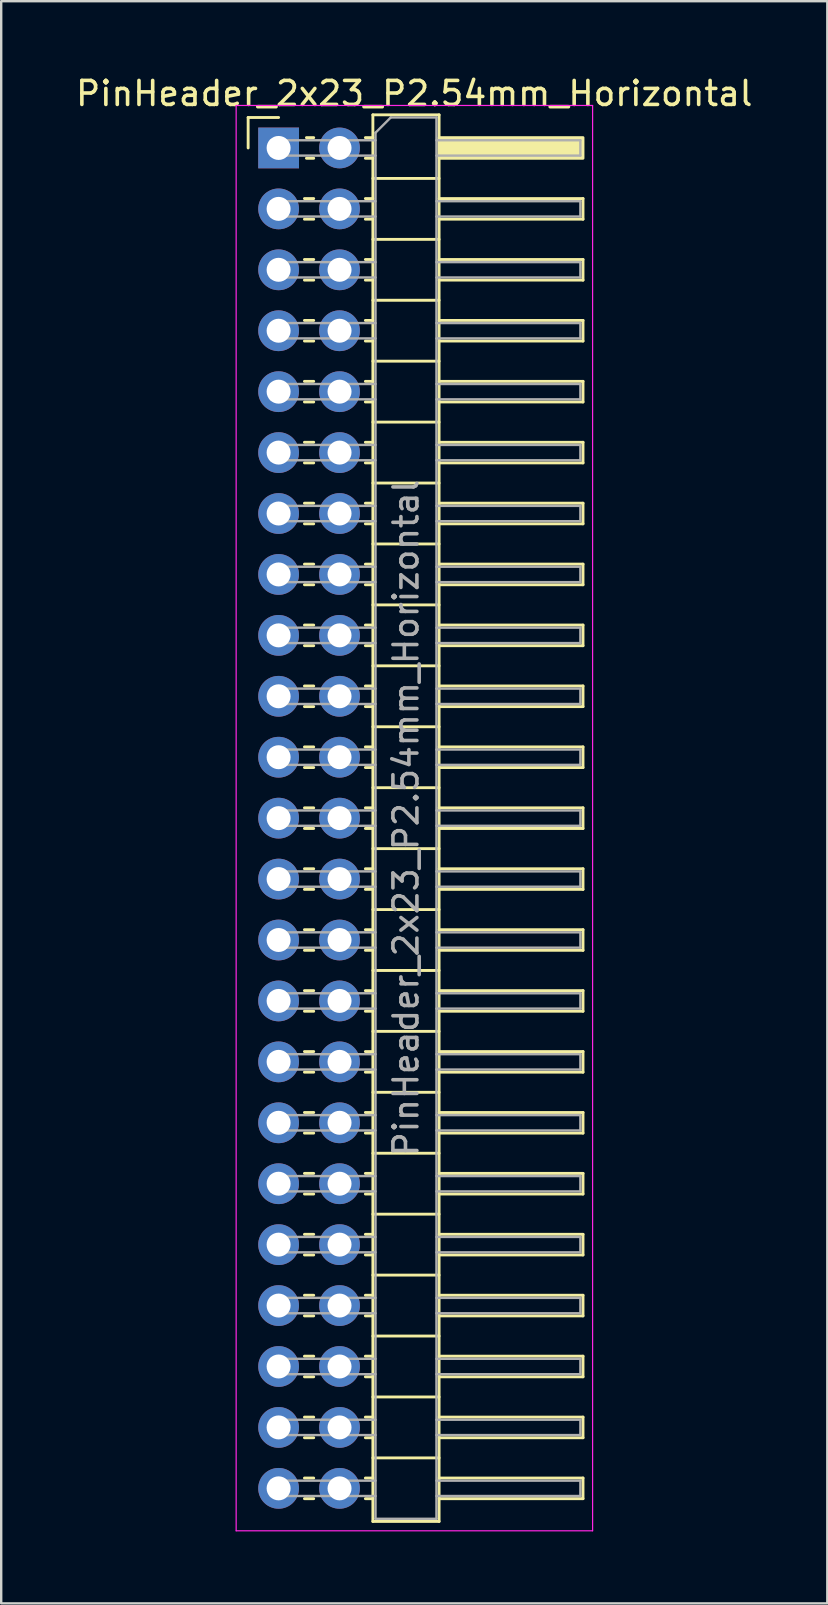
<source format=kicad_pcb>
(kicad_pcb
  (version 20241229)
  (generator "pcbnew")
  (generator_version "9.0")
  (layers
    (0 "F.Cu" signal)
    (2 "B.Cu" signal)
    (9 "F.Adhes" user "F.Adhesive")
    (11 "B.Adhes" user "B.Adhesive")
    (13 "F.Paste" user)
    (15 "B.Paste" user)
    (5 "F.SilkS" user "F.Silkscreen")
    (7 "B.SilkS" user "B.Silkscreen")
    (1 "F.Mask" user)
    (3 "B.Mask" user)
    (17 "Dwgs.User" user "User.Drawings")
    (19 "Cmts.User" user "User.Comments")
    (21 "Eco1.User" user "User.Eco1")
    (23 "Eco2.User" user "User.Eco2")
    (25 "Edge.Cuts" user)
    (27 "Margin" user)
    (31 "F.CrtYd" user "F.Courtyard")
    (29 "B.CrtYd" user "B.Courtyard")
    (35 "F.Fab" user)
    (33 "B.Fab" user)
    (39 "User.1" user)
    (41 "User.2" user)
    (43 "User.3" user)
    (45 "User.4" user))
  (footprint "PinHeader_2x23_P2.54mm_Horizontal"
    (layer "F.Cu")
    (at 8.565 3.118)
    (property "Reference" "PinHeader_2x23_P2.54mm_Horizontal" (at 5.655 -2.27 0) (layer "F.SilkS") (effects (font (size 1 1) (thickness 0.15))))
    (attr through_hole)
    (fp_line (start -1.27 -1.27) (end 0 -1.27) (stroke (width 0.12) (type solid)) (layer "F.SilkS"))
    (fp_line (start -1.27 0) (end -1.27 -1.27) (stroke (width 0.12) (type solid)) (layer "F.SilkS"))
    (fp_line (start 1.077 2.11) (end 1.463 2.11) (stroke (width 0.12) (type solid)) (layer "F.SilkS"))
    (fp_line (start 1.077 2.97) (end 1.463 2.97) (stroke (width 0.12) (type solid)) (layer "F.SilkS"))
    (fp_line (start 1.077 4.65) (end 1.463 4.65) (stroke (width 0.12) (type solid)) (layer "F.SilkS"))
    (fp_line (start 1.077 5.51) (end 1.463 5.51) (stroke (width 0.12) (type solid)) (layer "F.SilkS"))
    (fp_line (start 1.077 7.19) (end 1.463 7.19) (stroke (width 0.12) (type solid)) (layer "F.SilkS"))
    (fp_line (start 1.077 8.05) (end 1.463 8.05) (stroke (width 0.12) (type solid)) (layer "F.SilkS"))
    (fp_line (start 1.077 9.73) (end 1.463 9.73) (stroke (width 0.12) (type solid)) (layer "F.SilkS"))
    (fp_line (start 1.077 10.59) (end 1.463 10.59) (stroke (width 0.12) (type solid)) (layer "F.SilkS"))
    (fp_line (start 1.077 12.27) (end 1.463 12.27) (stroke (width 0.12) (type solid)) (layer "F.SilkS"))
    (fp_line (start 1.077 13.13) (end 1.463 13.13) (stroke (width 0.12) (type solid)) (layer "F.SilkS"))
    (fp_line (start 1.077 14.81) (end 1.463 14.81) (stroke (width 0.12) (type solid)) (layer "F.SilkS"))
    (fp_line (start 1.077 15.67) (end 1.463 15.67) (stroke (width 0.12) (type solid)) (layer "F.SilkS"))
    (fp_line (start 1.077 17.35) (end 1.463 17.35) (stroke (width 0.12) (type solid)) (layer "F.SilkS"))
    (fp_line (start 1.077 18.21) (end 1.463 18.21) (stroke (width 0.12) (type solid)) (layer "F.SilkS"))
    (fp_line (start 1.077 19.89) (end 1.463 19.89) (stroke (width 0.12) (type solid)) (layer "F.SilkS"))
    (fp_line (start 1.077 20.75) (end 1.463 20.75) (stroke (width 0.12) (type solid)) (layer "F.SilkS"))
    (fp_line (start 1.077 22.43) (end 1.463 22.43) (stroke (width 0.12) (type solid)) (layer "F.SilkS"))
    (fp_line (start 1.077 23.29) (end 1.463 23.29) (stroke (width 0.12) (type solid)) (layer "F.SilkS"))
    (fp_line (start 1.077 24.97) (end 1.463 24.97) (stroke (width 0.12) (type solid)) (layer "F.SilkS"))
    (fp_line (start 1.077 25.83) (end 1.463 25.83) (stroke (width 0.12) (type solid)) (layer "F.SilkS"))
    (fp_line (start 1.077 27.51) (end 1.463 27.51) (stroke (width 0.12) (type solid)) (layer "F.SilkS"))
    (fp_line (start 1.077 28.37) (end 1.463 28.37) (stroke (width 0.12) (type solid)) (layer "F.SilkS"))
    (fp_line (start 1.077 30.05) (end 1.463 30.05) (stroke (width 0.12) (type solid)) (layer "F.SilkS"))
    (fp_line (start 1.077 30.91) (end 1.463 30.91) (stroke (width 0.12) (type solid)) (layer "F.SilkS"))
    (fp_line (start 1.077 32.59) (end 1.463 32.59) (stroke (width 0.12) (type solid)) (layer "F.SilkS"))
    (fp_line (start 1.077 33.45) (end 1.463 33.45) (stroke (width 0.12) (type solid)) (layer "F.SilkS"))
    (fp_line (start 1.077 35.13) (end 1.463 35.13) (stroke (width 0.12) (type solid)) (layer "F.SilkS"))
    (fp_line (start 1.077 35.99) (end 1.463 35.99) (stroke (width 0.12) (type solid)) (layer "F.SilkS"))
    (fp_line (start 1.077 37.67) (end 1.463 37.67) (stroke (width 0.12) (type solid)) (layer "F.SilkS"))
    (fp_line (start 1.077 38.53) (end 1.463 38.53) (stroke (width 0.12) (type solid)) (layer "F.SilkS"))
    (fp_line (start 1.077 40.21) (end 1.463 40.21) (stroke (width 0.12) (type solid)) (layer "F.SilkS"))
    (fp_line (start 1.077 41.07) (end 1.463 41.07) (stroke (width 0.12) (type solid)) (layer "F.SilkS"))
    (fp_line (start 1.077 42.75) (end 1.463 42.75) (stroke (width 0.12) (type solid)) (layer "F.SilkS"))
    (fp_line (start 1.077 43.61) (end 1.463 43.61) (stroke (width 0.12) (type solid)) (layer "F.SilkS"))
    (fp_line (start 1.077 45.29) (end 1.463 45.29) (stroke (width 0.12) (type solid)) (layer "F.SilkS"))
    (fp_line (start 1.077 46.15) (end 1.463 46.15) (stroke (width 0.12) (type solid)) (layer "F.SilkS"))
    (fp_line (start 1.077 47.83) (end 1.463 47.83) (stroke (width 0.12) (type solid)) (layer "F.SilkS"))
    (fp_line (start 1.077 48.69) (end 1.463 48.69) (stroke (width 0.12) (type solid)) (layer "F.SilkS"))
    (fp_line (start 1.077 50.37) (end 1.463 50.37) (stroke (width 0.12) (type solid)) (layer "F.SilkS"))
    (fp_line (start 1.077 51.23) (end 1.463 51.23) (stroke (width 0.12) (type solid)) (layer "F.SilkS"))
    (fp_line (start 1.077 52.91) (end 1.463 52.91) (stroke (width 0.12) (type solid)) (layer "F.SilkS"))
    (fp_line (start 1.077 53.77) (end 1.463 53.77) (stroke (width 0.12) (type solid)) (layer "F.SilkS"))
    (fp_line (start 1.077 55.45) (end 1.463 55.45) (stroke (width 0.12) (type solid)) (layer "F.SilkS"))
    (fp_line (start 1.077 56.31) (end 1.463 56.31) (stroke (width 0.12) (type solid)) (layer "F.SilkS"))
    (fp_line (start 1.16 -0.43) (end 1.463 -0.43) (stroke (width 0.12) (type solid)) (layer "F.SilkS"))
    (fp_line (start 1.16 0.43) (end 1.463 0.43) (stroke (width 0.12) (type solid)) (layer "F.SilkS"))
    (fp_line (start 3.617 -0.43) (end 3.93 -0.43) (stroke (width 0.12) (type solid)) (layer "F.SilkS"))
    (fp_line (start 3.617 0.43) (end 3.93 0.43) (stroke (width 0.12) (type solid)) (layer "F.SilkS"))
    (fp_line (start 3.617 2.11) (end 3.93 2.11) (stroke (width 0.12) (type solid)) (layer "F.SilkS"))
    (fp_line (start 3.617 2.97) (end 3.93 2.97) (stroke (width 0.12) (type solid)) (layer "F.SilkS"))
    (fp_line (start 3.617 4.65) (end 3.93 4.65) (stroke (width 0.12) (type solid)) (layer "F.SilkS"))
    (fp_line (start 3.617 5.51) (end 3.93 5.51) (stroke (width 0.12) (type solid)) (layer "F.SilkS"))
    (fp_line (start 3.617 7.19) (end 3.93 7.19) (stroke (width 0.12) (type solid)) (layer "F.SilkS"))
    (fp_line (start 3.617 8.05) (end 3.93 8.05) (stroke (width 0.12) (type solid)) (layer "F.SilkS"))
    (fp_line (start 3.617 9.73) (end 3.93 9.73) (stroke (width 0.12) (type solid)) (layer "F.SilkS"))
    (fp_line (start 3.617 10.59) (end 3.93 10.59) (stroke (width 0.12) (type solid)) (layer "F.SilkS"))
    (fp_line (start 3.617 12.27) (end 3.93 12.27) (stroke (width 0.12) (type solid)) (layer "F.SilkS"))
    (fp_line (start 3.617 13.13) (end 3.93 13.13) (stroke (width 0.12) (type solid)) (layer "F.SilkS"))
    (fp_line (start 3.617 14.81) (end 3.93 14.81) (stroke (width 0.12) (type solid)) (layer "F.SilkS"))
    (fp_line (start 3.617 15.67) (end 3.93 15.67) (stroke (width 0.12) (type solid)) (layer "F.SilkS"))
    (fp_line (start 3.617 17.35) (end 3.93 17.35) (stroke (width 0.12) (type solid)) (layer "F.SilkS"))
    (fp_line (start 3.617 18.21) (end 3.93 18.21) (stroke (width 0.12) (type solid)) (layer "F.SilkS"))
    (fp_line (start 3.617 19.89) (end 3.93 19.89) (stroke (width 0.12) (type solid)) (layer "F.SilkS"))
    (fp_line (start 3.617 20.75) (end 3.93 20.75) (stroke (width 0.12) (type solid)) (layer "F.SilkS"))
    (fp_line (start 3.617 22.43) (end 3.93 22.43) (stroke (width 0.12) (type solid)) (layer "F.SilkS"))
    (fp_line (start 3.617 23.29) (end 3.93 23.29) (stroke (width 0.12) (type solid)) (layer "F.SilkS"))
    (fp_line (start 3.617 24.97) (end 3.93 24.97) (stroke (width 0.12) (type solid)) (layer "F.SilkS"))
    (fp_line (start 3.617 25.83) (end 3.93 25.83) (stroke (width 0.12) (type solid)) (layer "F.SilkS"))
    (fp_line (start 3.617 27.51) (end 3.93 27.51) (stroke (width 0.12) (type solid)) (layer "F.SilkS"))
    (fp_line (start 3.617 28.37) (end 3.93 28.37) (stroke (width 0.12) (type solid)) (layer "F.SilkS"))
    (fp_line (start 3.617 30.05) (end 3.93 30.05) (stroke (width 0.12) (type solid)) (layer "F.SilkS"))
    (fp_line (start 3.617 30.91) (end 3.93 30.91) (stroke (width 0.12) (type solid)) (layer "F.SilkS"))
    (fp_line (start 3.617 32.59) (end 3.93 32.59) (stroke (width 0.12) (type solid)) (layer "F.SilkS"))
    (fp_line (start 3.617 33.45) (end 3.93 33.45) (stroke (width 0.12) (type solid)) (layer "F.SilkS"))
    (fp_line (start 3.617 35.13) (end 3.93 35.13) (stroke (width 0.12) (type solid)) (layer "F.SilkS"))
    (fp_line (start 3.617 35.99) (end 3.93 35.99) (stroke (width 0.12) (type solid)) (layer "F.SilkS"))
    (fp_line (start 3.617 37.67) (end 3.93 37.67) (stroke (width 0.12) (type solid)) (layer "F.SilkS"))
    (fp_line (start 3.617 38.53) (end 3.93 38.53) (stroke (width 0.12) (type solid)) (layer "F.SilkS"))
    (fp_line (start 3.617 40.21) (end 3.93 40.21) (stroke (width 0.12) (type solid)) (layer "F.SilkS"))
    (fp_line (start 3.617 41.07) (end 3.93 41.07) (stroke (width 0.12) (type solid)) (layer "F.SilkS"))
    (fp_line (start 3.617 42.75) (end 3.93 42.75) (stroke (width 0.12) (type solid)) (layer "F.SilkS"))
    (fp_line (start 3.617 43.61) (end 3.93 43.61) (stroke (width 0.12) (type solid)) (layer "F.SilkS"))
    (fp_line (start 3.617 45.29) (end 3.93 45.29) (stroke (width 0.12) (type solid)) (layer "F.SilkS"))
    (fp_line (start 3.617 46.15) (end 3.93 46.15) (stroke (width 0.12) (type solid)) (layer "F.SilkS"))
    (fp_line (start 3.617 47.83) (end 3.93 47.83) (stroke (width 0.12) (type solid)) (layer "F.SilkS"))
    (fp_line (start 3.617 48.69) (end 3.93 48.69) (stroke (width 0.12) (type solid)) (layer "F.SilkS"))
    (fp_line (start 3.617 50.37) (end 3.93 50.37) (stroke (width 0.12) (type solid)) (layer "F.SilkS"))
    (fp_line (start 3.617 51.23) (end 3.93 51.23) (stroke (width 0.12) (type solid)) (layer "F.SilkS"))
    (fp_line (start 3.617 52.91) (end 3.93 52.91) (stroke (width 0.12) (type solid)) (layer "F.SilkS"))
    (fp_line (start 3.617 53.77) (end 3.93 53.77) (stroke (width 0.12) (type solid)) (layer "F.SilkS"))
    (fp_line (start 3.617 55.45) (end 3.93 55.45) (stroke (width 0.12) (type solid)) (layer "F.SilkS"))
    (fp_line (start 3.617 56.31) (end 3.93 56.31) (stroke (width 0.12) (type solid)) (layer "F.SilkS"))
    (fp_line (start 3.93 -1.38) (end 3.93 57.26) (stroke (width 0.12) (type solid)) (layer "F.SilkS"))
    (fp_line (start 3.93 1.27) (end 6.69 1.27) (stroke (width 0.12) (type solid)) (layer "F.SilkS"))
    (fp_line (start 3.93 3.81) (end 6.69 3.81) (stroke (width 0.12) (type solid)) (layer "F.SilkS"))
    (fp_line (start 3.93 6.35) (end 6.69 6.35) (stroke (width 0.12) (type solid)) (layer "F.SilkS"))
    (fp_line (start 3.93 8.89) (end 6.69 8.89) (stroke (width 0.12) (type solid)) (layer "F.SilkS"))
    (fp_line (start 3.93 11.43) (end 6.69 11.43) (stroke (width 0.12) (type solid)) (layer "F.SilkS"))
    (fp_line (start 3.93 13.97) (end 6.69 13.97) (stroke (width 0.12) (type solid)) (layer "F.SilkS"))
    (fp_line (start 3.93 16.51) (end 6.69 16.51) (stroke (width 0.12) (type solid)) (layer "F.SilkS"))
    (fp_line (start 3.93 19.05) (end 6.69 19.05) (stroke (width 0.12) (type solid)) (layer "F.SilkS"))
    (fp_line (start 3.93 21.59) (end 6.69 21.59) (stroke (width 0.12) (type solid)) (layer "F.SilkS"))
    (fp_line (start 3.93 24.13) (end 6.69 24.13) (stroke (width 0.12) (type solid)) (layer "F.SilkS"))
    (fp_line (start 3.93 26.67) (end 6.69 26.67) (stroke (width 0.12) (type solid)) (layer "F.SilkS"))
    (fp_line (start 3.93 29.21) (end 6.69 29.21) (stroke (width 0.12) (type solid)) (layer "F.SilkS"))
    (fp_line (start 3.93 31.75) (end 6.69 31.75) (stroke (width 0.12) (type solid)) (layer "F.SilkS"))
    (fp_line (start 3.93 34.29) (end 6.69 34.29) (stroke (width 0.12) (type solid)) (layer "F.SilkS"))
    (fp_line (start 3.93 36.83) (end 6.69 36.83) (stroke (width 0.12) (type solid)) (layer "F.SilkS"))
    (fp_line (start 3.93 39.37) (end 6.69 39.37) (stroke (width 0.12) (type solid)) (layer "F.SilkS"))
    (fp_line (start 3.93 41.91) (end 6.69 41.91) (stroke (width 0.12) (type solid)) (layer "F.SilkS"))
    (fp_line (start 3.93 44.45) (end 6.69 44.45) (stroke (width 0.12) (type solid)) (layer "F.SilkS"))
    (fp_line (start 3.93 46.99) (end 6.69 46.99) (stroke (width 0.12) (type solid)) (layer "F.SilkS"))
    (fp_line (start 3.93 49.53) (end 6.69 49.53) (stroke (width 0.12) (type solid)) (layer "F.SilkS"))
    (fp_line (start 3.93 52.07) (end 6.69 52.07) (stroke (width 0.12) (type solid)) (layer "F.SilkS"))
    (fp_line (start 3.93 54.61) (end 6.69 54.61) (stroke (width 0.12) (type solid)) (layer "F.SilkS"))
    (fp_line (start 3.93 57.26) (end 6.69 57.26) (stroke (width 0.12) (type solid)) (layer "F.SilkS"))
    (fp_line (start 6.69 -1.38) (end 3.93 -1.38) (stroke (width 0.12) (type solid)) (layer "F.SilkS"))
    (fp_line (start 6.69 2.11) (end 12.69 2.11) (stroke (width 0.12) (type solid)) (layer "F.SilkS"))
    (fp_line (start 6.69 4.65) (end 12.69 4.65) (stroke (width 0.12) (type solid)) (layer "F.SilkS"))
    (fp_line (start 6.69 7.19) (end 12.69 7.19) (stroke (width 0.12) (type solid)) (layer "F.SilkS"))
    (fp_line (start 6.69 9.73) (end 12.69 9.73) (stroke (width 0.12) (type solid)) (layer "F.SilkS"))
    (fp_line (start 6.69 12.27) (end 12.69 12.27) (stroke (width 0.12) (type solid)) (layer "F.SilkS"))
    (fp_line (start 6.69 14.81) (end 12.69 14.81) (stroke (width 0.12) (type solid)) (layer "F.SilkS"))
    (fp_line (start 6.69 17.35) (end 12.69 17.35) (stroke (width 0.12) (type solid)) (layer "F.SilkS"))
    (fp_line (start 6.69 19.89) (end 12.69 19.89) (stroke (width 0.12) (type solid)) (layer "F.SilkS"))
    (fp_line (start 6.69 22.43) (end 12.69 22.43) (stroke (width 0.12) (type solid)) (layer "F.SilkS"))
    (fp_line (start 6.69 24.97) (end 12.69 24.97) (stroke (width 0.12) (type solid)) (layer "F.SilkS"))
    (fp_line (start 6.69 27.51) (end 12.69 27.51) (stroke (width 0.12) (type solid)) (layer "F.SilkS"))
    (fp_line (start 6.69 30.05) (end 12.69 30.05) (stroke (width 0.12) (type solid)) (layer "F.SilkS"))
    (fp_line (start 6.69 32.59) (end 12.69 32.59) (stroke (width 0.12) (type solid)) (layer "F.SilkS"))
    (fp_line (start 6.69 35.13) (end 12.69 35.13) (stroke (width 0.12) (type solid)) (layer "F.SilkS"))
    (fp_line (start 6.69 37.67) (end 12.69 37.67) (stroke (width 0.12) (type solid)) (layer "F.SilkS"))
    (fp_line (start 6.69 40.21) (end 12.69 40.21) (stroke (width 0.12) (type solid)) (layer "F.SilkS"))
    (fp_line (start 6.69 42.75) (end 12.69 42.75) (stroke (width 0.12) (type solid)) (layer "F.SilkS"))
    (fp_line (start 6.69 45.29) (end 12.69 45.29) (stroke (width 0.12) (type solid)) (layer "F.SilkS"))
    (fp_line (start 6.69 47.83) (end 12.69 47.83) (stroke (width 0.12) (type solid)) (layer "F.SilkS"))
    (fp_line (start 6.69 50.37) (end 12.69 50.37) (stroke (width 0.12) (type solid)) (layer "F.SilkS"))
    (fp_line (start 6.69 52.91) (end 12.69 52.91) (stroke (width 0.12) (type solid)) (layer "F.SilkS"))
    (fp_line (start 6.69 55.45) (end 12.69 55.45) (stroke (width 0.12) (type solid)) (layer "F.SilkS"))
    (fp_line (start 6.69 57.26) (end 6.69 -1.38) (stroke (width 0.12) (type solid)) (layer "F.SilkS"))
    (fp_line (start 12.69 2.11) (end 12.69 2.97) (stroke (width 0.12) (type solid)) (layer "F.SilkS"))
    (fp_line (start 12.69 2.97) (end 6.69 2.97) (stroke (width 0.12) (type solid)) (layer "F.SilkS"))
    (fp_line (start 12.69 4.65) (end 12.69 5.51) (stroke (width 0.12) (type solid)) (layer "F.SilkS"))
    (fp_line (start 12.69 5.51) (end 6.69 5.51) (stroke (width 0.12) (type solid)) (layer "F.SilkS"))
    (fp_line (start 12.69 7.19) (end 12.69 8.05) (stroke (width 0.12) (type solid)) (layer "F.SilkS"))
    (fp_line (start 12.69 8.05) (end 6.69 8.05) (stroke (width 0.12) (type solid)) (layer "F.SilkS"))
    (fp_line (start 12.69 9.73) (end 12.69 10.59) (stroke (width 0.12) (type solid)) (layer "F.SilkS"))
    (fp_line (start 12.69 10.59) (end 6.69 10.59) (stroke (width 0.12) (type solid)) (layer "F.SilkS"))
    (fp_line (start 12.69 12.27) (end 12.69 13.13) (stroke (width 0.12) (type solid)) (layer "F.SilkS"))
    (fp_line (start 12.69 13.13) (end 6.69 13.13) (stroke (width 0.12) (type solid)) (layer "F.SilkS"))
    (fp_line (start 12.69 14.81) (end 12.69 15.67) (stroke (width 0.12) (type solid)) (layer "F.SilkS"))
    (fp_line (start 12.69 15.67) (end 6.69 15.67) (stroke (width 0.12) (type solid)) (layer "F.SilkS"))
    (fp_line (start 12.69 17.35) (end 12.69 18.21) (stroke (width 0.12) (type solid)) (layer "F.SilkS"))
    (fp_line (start 12.69 18.21) (end 6.69 18.21) (stroke (width 0.12) (type solid)) (layer "F.SilkS"))
    (fp_line (start 12.69 19.89) (end 12.69 20.75) (stroke (width 0.12) (type solid)) (layer "F.SilkS"))
    (fp_line (start 12.69 20.75) (end 6.69 20.75) (stroke (width 0.12) (type solid)) (layer "F.SilkS"))
    (fp_line (start 12.69 22.43) (end 12.69 23.29) (stroke (width 0.12) (type solid)) (layer "F.SilkS"))
    (fp_line (start 12.69 23.29) (end 6.69 23.29) (stroke (width 0.12) (type solid)) (layer "F.SilkS"))
    (fp_line (start 12.69 24.97) (end 12.69 25.83) (stroke (width 0.12) (type solid)) (layer "F.SilkS"))
    (fp_line (start 12.69 25.83) (end 6.69 25.83) (stroke (width 0.12) (type solid)) (layer "F.SilkS"))
    (fp_line (start 12.69 27.51) (end 12.69 28.37) (stroke (width 0.12) (type solid)) (layer "F.SilkS"))
    (fp_line (start 12.69 28.37) (end 6.69 28.37) (stroke (width 0.12) (type solid)) (layer "F.SilkS"))
    (fp_line (start 12.69 30.05) (end 12.69 30.91) (stroke (width 0.12) (type solid)) (layer "F.SilkS"))
    (fp_line (start 12.69 30.91) (end 6.69 30.91) (stroke (width 0.12) (type solid)) (layer "F.SilkS"))
    (fp_line (start 12.69 32.59) (end 12.69 33.45) (stroke (width 0.12) (type solid)) (layer "F.SilkS"))
    (fp_line (start 12.69 33.45) (end 6.69 33.45) (stroke (width 0.12) (type solid)) (layer "F.SilkS"))
    (fp_line (start 12.69 35.13) (end 12.69 35.99) (stroke (width 0.12) (type solid)) (layer "F.SilkS"))
    (fp_line (start 12.69 35.99) (end 6.69 35.99) (stroke (width 0.12) (type solid)) (layer "F.SilkS"))
    (fp_line (start 12.69 37.67) (end 12.69 38.53) (stroke (width 0.12) (type solid)) (layer "F.SilkS"))
    (fp_line (start 12.69 38.53) (end 6.69 38.53) (stroke (width 0.12) (type solid)) (layer "F.SilkS"))
    (fp_line (start 12.69 40.21) (end 12.69 41.07) (stroke (width 0.12) (type solid)) (layer "F.SilkS"))
    (fp_line (start 12.69 41.07) (end 6.69 41.07) (stroke (width 0.12) (type solid)) (layer "F.SilkS"))
    (fp_line (start 12.69 42.75) (end 12.69 43.61) (stroke (width 0.12) (type solid)) (layer "F.SilkS"))
    (fp_line (start 12.69 43.61) (end 6.69 43.61) (stroke (width 0.12) (type solid)) (layer "F.SilkS"))
    (fp_line (start 12.69 45.29) (end 12.69 46.15) (stroke (width 0.12) (type solid)) (layer "F.SilkS"))
    (fp_line (start 12.69 46.15) (end 6.69 46.15) (stroke (width 0.12) (type solid)) (layer "F.SilkS"))
    (fp_line (start 12.69 47.83) (end 12.69 48.69) (stroke (width 0.12) (type solid)) (layer "F.SilkS"))
    (fp_line (start 12.69 48.69) (end 6.69 48.69) (stroke (width 0.12) (type solid)) (layer "F.SilkS"))
    (fp_line (start 12.69 50.37) (end 12.69 51.23) (stroke (width 0.12) (type solid)) (layer "F.SilkS"))
    (fp_line (start 12.69 51.23) (end 6.69 51.23) (stroke (width 0.12) (type solid)) (layer "F.SilkS"))
    (fp_line (start 12.69 52.91) (end 12.69 53.77) (stroke (width 0.12) (type solid)) (layer "F.SilkS"))
    (fp_line (start 12.69 53.77) (end 6.69 53.77) (stroke (width 0.12) (type solid)) (layer "F.SilkS"))
    (fp_line (start 12.69 55.45) (end 12.69 56.31) (stroke (width 0.12) (type solid)) (layer "F.SilkS"))
    (fp_line (start 12.69 56.31) (end 6.69 56.31) (stroke (width 0.12) (type solid)) (layer "F.SilkS"))
    (fp_rect (start 6.69 -0.43) (end 12.69 0.43) (stroke (width 0.12) (type solid)) (fill yes) (layer "F.SilkS"))
    (fp_line (start -1.77 -1.77) (end -1.77 57.65) (stroke (width 0.05) (type solid)) (layer "F.CrtYd"))
    (fp_line (start -1.77 57.65) (end 13.09 57.65) (stroke (width 0.05) (type solid)) (layer "F.CrtYd"))
    (fp_line (start 13.09 -1.77) (end -1.77 -1.77) (stroke (width 0.05) (type solid)) (layer "F.CrtYd"))
    (fp_line (start 13.09 57.65) (end 13.09 -1.77) (stroke (width 0.05) (type solid)) (layer "F.CrtYd"))
    (fp_line (start -0.32 -0.32) (end -0.32 0.32) (stroke (width 0.1) (type solid)) (layer "F.Fab"))
    (fp_line (start -0.32 -0.32) (end 4.04 -0.32) (stroke (width 0.1) (type solid)) (layer "F.Fab"))
    (fp_line (start -0.32 0.32) (end 4.04 0.32) (stroke (width 0.1) (type solid)) (layer "F.Fab"))
    (fp_line (start -0.32 2.22) (end -0.32 2.86) (stroke (width 0.1) (type solid)) (layer "F.Fab"))
    (fp_line (start -0.32 2.22) (end 4.04 2.22) (stroke (width 0.1) (type solid)) (layer "F.Fab"))
    (fp_line (start -0.32 2.86) (end 4.04 2.86) (stroke (width 0.1) (type solid)) (layer "F.Fab"))
    (fp_line (start -0.32 4.76) (end -0.32 5.4) (stroke (width 0.1) (type solid)) (layer "F.Fab"))
    (fp_line (start -0.32 4.76) (end 4.04 4.76) (stroke (width 0.1) (type solid)) (layer "F.Fab"))
    (fp_line (start -0.32 5.4) (end 4.04 5.4) (stroke (width 0.1) (type solid)) (layer "F.Fab"))
    (fp_line (start -0.32 7.3) (end -0.32 7.94) (stroke (width 0.1) (type solid)) (layer "F.Fab"))
    (fp_line (start -0.32 7.3) (end 4.04 7.3) (stroke (width 0.1) (type solid)) (layer "F.Fab"))
    (fp_line (start -0.32 7.94) (end 4.04 7.94) (stroke (width 0.1) (type solid)) (layer "F.Fab"))
    (fp_line (start -0.32 9.84) (end -0.32 10.48) (stroke (width 0.1) (type solid)) (layer "F.Fab"))
    (fp_line (start -0.32 9.84) (end 4.04 9.84) (stroke (width 0.1) (type solid)) (layer "F.Fab"))
    (fp_line (start -0.32 10.48) (end 4.04 10.48) (stroke (width 0.1) (type solid)) (layer "F.Fab"))
    (fp_line (start -0.32 12.38) (end -0.32 13.02) (stroke (width 0.1) (type solid)) (layer "F.Fab"))
    (fp_line (start -0.32 12.38) (end 4.04 12.38) (stroke (width 0.1) (type solid)) (layer "F.Fab"))
    (fp_line (start -0.32 13.02) (end 4.04 13.02) (stroke (width 0.1) (type solid)) (layer "F.Fab"))
    (fp_line (start -0.32 14.92) (end -0.32 15.56) (stroke (width 0.1) (type solid)) (layer "F.Fab"))
    (fp_line (start -0.32 14.92) (end 4.04 14.92) (stroke (width 0.1) (type solid)) (layer "F.Fab"))
    (fp_line (start -0.32 15.56) (end 4.04 15.56) (stroke (width 0.1) (type solid)) (layer "F.Fab"))
    (fp_line (start -0.32 17.46) (end -0.32 18.1) (stroke (width 0.1) (type solid)) (layer "F.Fab"))
    (fp_line (start -0.32 17.46) (end 4.04 17.46) (stroke (width 0.1) (type solid)) (layer "F.Fab"))
    (fp_line (start -0.32 18.1) (end 4.04 18.1) (stroke (width 0.1) (type solid)) (layer "F.Fab"))
    (fp_line (start -0.32 20) (end -0.32 20.64) (stroke (width 0.1) (type solid)) (layer "F.Fab"))
    (fp_line (start -0.32 20) (end 4.04 20) (stroke (width 0.1) (type solid)) (layer "F.Fab"))
    (fp_line (start -0.32 20.64) (end 4.04 20.64) (stroke (width 0.1) (type solid)) (layer "F.Fab"))
    (fp_line (start -0.32 22.54) (end -0.32 23.18) (stroke (width 0.1) (type solid)) (layer "F.Fab"))
    (fp_line (start -0.32 22.54) (end 4.04 22.54) (stroke (width 0.1) (type solid)) (layer "F.Fab"))
    (fp_line (start -0.32 23.18) (end 4.04 23.18) (stroke (width 0.1) (type solid)) (layer "F.Fab"))
    (fp_line (start -0.32 25.08) (end -0.32 25.72) (stroke (width 0.1) (type solid)) (layer "F.Fab"))
    (fp_line (start -0.32 25.08) (end 4.04 25.08) (stroke (width 0.1) (type solid)) (layer "F.Fab"))
    (fp_line (start -0.32 25.72) (end 4.04 25.72) (stroke (width 0.1) (type solid)) (layer "F.Fab"))
    (fp_line (start -0.32 27.62) (end -0.32 28.26) (stroke (width 0.1) (type solid)) (layer "F.Fab"))
    (fp_line (start -0.32 27.62) (end 4.04 27.62) (stroke (width 0.1) (type solid)) (layer "F.Fab"))
    (fp_line (start -0.32 28.26) (end 4.04 28.26) (stroke (width 0.1) (type solid)) (layer "F.Fab"))
    (fp_line (start -0.32 30.16) (end -0.32 30.8) (stroke (width 0.1) (type solid)) (layer "F.Fab"))
    (fp_line (start -0.32 30.16) (end 4.04 30.16) (stroke (width 0.1) (type solid)) (layer "F.Fab"))
    (fp_line (start -0.32 30.8) (end 4.04 30.8) (stroke (width 0.1) (type solid)) (layer "F.Fab"))
    (fp_line (start -0.32 32.7) (end -0.32 33.34) (stroke (width 0.1) (type solid)) (layer "F.Fab"))
    (fp_line (start -0.32 32.7) (end 4.04 32.7) (stroke (width 0.1) (type solid)) (layer "F.Fab"))
    (fp_line (start -0.32 33.34) (end 4.04 33.34) (stroke (width 0.1) (type solid)) (layer "F.Fab"))
    (fp_line (start -0.32 35.24) (end -0.32 35.88) (stroke (width 0.1) (type solid)) (layer "F.Fab"))
    (fp_line (start -0.32 35.24) (end 4.04 35.24) (stroke (width 0.1) (type solid)) (layer "F.Fab"))
    (fp_line (start -0.32 35.88) (end 4.04 35.88) (stroke (width 0.1) (type solid)) (layer "F.Fab"))
    (fp_line (start -0.32 37.78) (end -0.32 38.42) (stroke (width 0.1) (type solid)) (layer "F.Fab"))
    (fp_line (start -0.32 37.78) (end 4.04 37.78) (stroke (width 0.1) (type solid)) (layer "F.Fab"))
    (fp_line (start -0.32 38.42) (end 4.04 38.42) (stroke (width 0.1) (type solid)) (layer "F.Fab"))
    (fp_line (start -0.32 40.32) (end -0.32 40.96) (stroke (width 0.1) (type solid)) (layer "F.Fab"))
    (fp_line (start -0.32 40.32) (end 4.04 40.32) (stroke (width 0.1) (type solid)) (layer "F.Fab"))
    (fp_line (start -0.32 40.96) (end 4.04 40.96) (stroke (width 0.1) (type solid)) (layer "F.Fab"))
    (fp_line (start -0.32 42.86) (end -0.32 43.5) (stroke (width 0.1) (type solid)) (layer "F.Fab"))
    (fp_line (start -0.32 42.86) (end 4.04 42.86) (stroke (width 0.1) (type solid)) (layer "F.Fab"))
    (fp_line (start -0.32 43.5) (end 4.04 43.5) (stroke (width 0.1) (type solid)) (layer "F.Fab"))
    (fp_line (start -0.32 45.4) (end -0.32 46.04) (stroke (width 0.1) (type solid)) (layer "F.Fab"))
    (fp_line (start -0.32 45.4) (end 4.04 45.4) (stroke (width 0.1) (type solid)) (layer "F.Fab"))
    (fp_line (start -0.32 46.04) (end 4.04 46.04) (stroke (width 0.1) (type solid)) (layer "F.Fab"))
    (fp_line (start -0.32 47.94) (end -0.32 48.58) (stroke (width 0.1) (type solid)) (layer "F.Fab"))
    (fp_line (start -0.32 47.94) (end 4.04 47.94) (stroke (width 0.1) (type solid)) (layer "F.Fab"))
    (fp_line (start -0.32 48.58) (end 4.04 48.58) (stroke (width 0.1) (type solid)) (layer "F.Fab"))
    (fp_line (start -0.32 50.48) (end -0.32 51.12) (stroke (width 0.1) (type solid)) (layer "F.Fab"))
    (fp_line (start -0.32 50.48) (end 4.04 50.48) (stroke (width 0.1) (type solid)) (layer "F.Fab"))
    (fp_line (start -0.32 51.12) (end 4.04 51.12) (stroke (width 0.1) (type solid)) (layer "F.Fab"))
    (fp_line (start -0.32 53.02) (end -0.32 53.66) (stroke (width 0.1) (type solid)) (layer "F.Fab"))
    (fp_line (start -0.32 53.02) (end 4.04 53.02) (stroke (width 0.1) (type solid)) (layer "F.Fab"))
    (fp_line (start -0.32 53.66) (end 4.04 53.66) (stroke (width 0.1) (type solid)) (layer "F.Fab"))
    (fp_line (start -0.32 55.56) (end -0.32 56.2) (stroke (width 0.1) (type solid)) (layer "F.Fab"))
    (fp_line (start -0.32 55.56) (end 4.04 55.56) (stroke (width 0.1) (type solid)) (layer "F.Fab"))
    (fp_line (start -0.32 56.2) (end 4.04 56.2) (stroke (width 0.1) (type solid)) (layer "F.Fab"))
    (fp_line (start 4.04 -0.635) (end 4.675 -1.27) (stroke (width 0.1) (type solid)) (layer "F.Fab"))
    (fp_line (start 4.04 57.15) (end 4.04 -0.635) (stroke (width 0.1) (type solid)) (layer "F.Fab"))
    (fp_line (start 4.675 -1.27) (end 6.58 -1.27) (stroke (width 0.1) (type solid)) (layer "F.Fab"))
    (fp_line (start 6.58 -1.27) (end 6.58 57.15) (stroke (width 0.1) (type solid)) (layer "F.Fab"))
    (fp_line (start 6.58 -0.32) (end 12.58 -0.32) (stroke (width 0.1) (type solid)) (layer "F.Fab"))
    (fp_line (start 6.58 0.32) (end 12.58 0.32) (stroke (width 0.1) (type solid)) (layer "F.Fab"))
    (fp_line (start 6.58 2.22) (end 12.58 2.22) (stroke (width 0.1) (type solid)) (layer "F.Fab"))
    (fp_line (start 6.58 2.86) (end 12.58 2.86) (stroke (width 0.1) (type solid)) (layer "F.Fab"))
    (fp_line (start 6.58 4.76) (end 12.58 4.76) (stroke (width 0.1) (type solid)) (layer "F.Fab"))
    (fp_line (start 6.58 5.4) (end 12.58 5.4) (stroke (width 0.1) (type solid)) (layer "F.Fab"))
    (fp_line (start 6.58 7.3) (end 12.58 7.3) (stroke (width 0.1) (type solid)) (layer "F.Fab"))
    (fp_line (start 6.58 7.94) (end 12.58 7.94) (stroke (width 0.1) (type solid)) (layer "F.Fab"))
    (fp_line (start 6.58 9.84) (end 12.58 9.84) (stroke (width 0.1) (type solid)) (layer "F.Fab"))
    (fp_line (start 6.58 10.48) (end 12.58 10.48) (stroke (width 0.1) (type solid)) (layer "F.Fab"))
    (fp_line (start 6.58 12.38) (end 12.58 12.38) (stroke (width 0.1) (type solid)) (layer "F.Fab"))
    (fp_line (start 6.58 13.02) (end 12.58 13.02) (stroke (width 0.1) (type solid)) (layer "F.Fab"))
    (fp_line (start 6.58 14.92) (end 12.58 14.92) (stroke (width 0.1) (type solid)) (layer "F.Fab"))
    (fp_line (start 6.58 15.56) (end 12.58 15.56) (stroke (width 0.1) (type solid)) (layer "F.Fab"))
    (fp_line (start 6.58 17.46) (end 12.58 17.46) (stroke (width 0.1) (type solid)) (layer "F.Fab"))
    (fp_line (start 6.58 18.1) (end 12.58 18.1) (stroke (width 0.1) (type solid)) (layer "F.Fab"))
    (fp_line (start 6.58 20) (end 12.58 20) (stroke (width 0.1) (type solid)) (layer "F.Fab"))
    (fp_line (start 6.58 20.64) (end 12.58 20.64) (stroke (width 0.1) (type solid)) (layer "F.Fab"))
    (fp_line (start 6.58 22.54) (end 12.58 22.54) (stroke (width 0.1) (type solid)) (layer "F.Fab"))
    (fp_line (start 6.58 23.18) (end 12.58 23.18) (stroke (width 0.1) (type solid)) (layer "F.Fab"))
    (fp_line (start 6.58 25.08) (end 12.58 25.08) (stroke (width 0.1) (type solid)) (layer "F.Fab"))
    (fp_line (start 6.58 25.72) (end 12.58 25.72) (stroke (width 0.1) (type solid)) (layer "F.Fab"))
    (fp_line (start 6.58 27.62) (end 12.58 27.62) (stroke (width 0.1) (type solid)) (layer "F.Fab"))
    (fp_line (start 6.58 28.26) (end 12.58 28.26) (stroke (width 0.1) (type solid)) (layer "F.Fab"))
    (fp_line (start 6.58 30.16) (end 12.58 30.16) (stroke (width 0.1) (type solid)) (layer "F.Fab"))
    (fp_line (start 6.58 30.8) (end 12.58 30.8) (stroke (width 0.1) (type solid)) (layer "F.Fab"))
    (fp_line (start 6.58 32.7) (end 12.58 32.7) (stroke (width 0.1) (type solid)) (layer "F.Fab"))
    (fp_line (start 6.58 33.34) (end 12.58 33.34) (stroke (width 0.1) (type solid)) (layer "F.Fab"))
    (fp_line (start 6.58 35.24) (end 12.58 35.24) (stroke (width 0.1) (type solid)) (layer "F.Fab"))
    (fp_line (start 6.58 35.88) (end 12.58 35.88) (stroke (width 0.1) (type solid)) (layer "F.Fab"))
    (fp_line (start 6.58 37.78) (end 12.58 37.78) (stroke (width 0.1) (type solid)) (layer "F.Fab"))
    (fp_line (start 6.58 38.42) (end 12.58 38.42) (stroke (width 0.1) (type solid)) (layer "F.Fab"))
    (fp_line (start 6.58 40.32) (end 12.58 40.32) (stroke (width 0.1) (type solid)) (layer "F.Fab"))
    (fp_line (start 6.58 40.96) (end 12.58 40.96) (stroke (width 0.1) (type solid)) (layer "F.Fab"))
    (fp_line (start 6.58 42.86) (end 12.58 42.86) (stroke (width 0.1) (type solid)) (layer "F.Fab"))
    (fp_line (start 6.58 43.5) (end 12.58 43.5) (stroke (width 0.1) (type solid)) (layer "F.Fab"))
    (fp_line (start 6.58 45.4) (end 12.58 45.4) (stroke (width 0.1) (type solid)) (layer "F.Fab"))
    (fp_line (start 6.58 46.04) (end 12.58 46.04) (stroke (width 0.1) (type solid)) (layer "F.Fab"))
    (fp_line (start 6.58 47.94) (end 12.58 47.94) (stroke (width 0.1) (type solid)) (layer "F.Fab"))
    (fp_line (start 6.58 48.58) (end 12.58 48.58) (stroke (width 0.1) (type solid)) (layer "F.Fab"))
    (fp_line (start 6.58 50.48) (end 12.58 50.48) (stroke (width 0.1) (type solid)) (layer "F.Fab"))
    (fp_line (start 6.58 51.12) (end 12.58 51.12) (stroke (width 0.1) (type solid)) (layer "F.Fab"))
    (fp_line (start 6.58 53.02) (end 12.58 53.02) (stroke (width 0.1) (type solid)) (layer "F.Fab"))
    (fp_line (start 6.58 53.66) (end 12.58 53.66) (stroke (width 0.1) (type solid)) (layer "F.Fab"))
    (fp_line (start 6.58 55.56) (end 12.58 55.56) (stroke (width 0.1) (type solid)) (layer "F.Fab"))
    (fp_line (start 6.58 56.2) (end 12.58 56.2) (stroke (width 0.1) (type solid)) (layer "F.Fab"))
    (fp_line (start 6.58 57.15) (end 4.04 57.15) (stroke (width 0.1) (type solid)) (layer "F.Fab"))
    (fp_line (start 12.58 -0.32) (end 12.58 0.32) (stroke (width 0.1) (type solid)) (layer "F.Fab"))
    (fp_line (start 12.58 2.22) (end 12.58 2.86) (stroke (width 0.1) (type solid)) (layer "F.Fab"))
    (fp_line (start 12.58 4.76) (end 12.58 5.4) (stroke (width 0.1) (type solid)) (layer "F.Fab"))
    (fp_line (start 12.58 7.3) (end 12.58 7.94) (stroke (width 0.1) (type solid)) (layer "F.Fab"))
    (fp_line (start 12.58 9.84) (end 12.58 10.48) (stroke (width 0.1) (type solid)) (layer "F.Fab"))
    (fp_line (start 12.58 12.38) (end 12.58 13.02) (stroke (width 0.1) (type solid)) (layer "F.Fab"))
    (fp_line (start 12.58 14.92) (end 12.58 15.56) (stroke (width 0.1) (type solid)) (layer "F.Fab"))
    (fp_line (start 12.58 17.46) (end 12.58 18.1) (stroke (width 0.1) (type solid)) (layer "F.Fab"))
    (fp_line (start 12.58 20) (end 12.58 20.64) (stroke (width 0.1) (type solid)) (layer "F.Fab"))
    (fp_line (start 12.58 22.54) (end 12.58 23.18) (stroke (width 0.1) (type solid)) (layer "F.Fab"))
    (fp_line (start 12.58 25.08) (end 12.58 25.72) (stroke (width 0.1) (type solid)) (layer "F.Fab"))
    (fp_line (start 12.58 27.62) (end 12.58 28.26) (stroke (width 0.1) (type solid)) (layer "F.Fab"))
    (fp_line (start 12.58 30.16) (end 12.58 30.8) (stroke (width 0.1) (type solid)) (layer "F.Fab"))
    (fp_line (start 12.58 32.7) (end 12.58 33.34) (stroke (width 0.1) (type solid)) (layer "F.Fab"))
    (fp_line (start 12.58 35.24) (end 12.58 35.88) (stroke (width 0.1) (type solid)) (layer "F.Fab"))
    (fp_line (start 12.58 37.78) (end 12.58 38.42) (stroke (width 0.1) (type solid)) (layer "F.Fab"))
    (fp_line (start 12.58 40.32) (end 12.58 40.96) (stroke (width 0.1) (type solid)) (layer "F.Fab"))
    (fp_line (start 12.58 42.86) (end 12.58 43.5) (stroke (width 0.1) (type solid)) (layer "F.Fab"))
    (fp_line (start 12.58 45.4) (end 12.58 46.04) (stroke (width 0.1) (type solid)) (layer "F.Fab"))
    (fp_line (start 12.58 47.94) (end 12.58 48.58) (stroke (width 0.1) (type solid)) (layer "F.Fab"))
    (fp_line (start 12.58 50.48) (end 12.58 51.12) (stroke (width 0.1) (type solid)) (layer "F.Fab"))
    (fp_line (start 12.58 53.02) (end 12.58 53.66) (stroke (width 0.1) (type solid)) (layer "F.Fab"))
    (fp_line (start 12.58 55.56) (end 12.58 56.2) (stroke (width 0.1) (type solid)) (layer "F.Fab"))
    (fp_text user "${REFERENCE}" (at 5.31 27.94 90) (layer "F.Fab") (effects (font (size 1 1) (thickness 0.15))))
    (pad "1" thru_hole rect (at 0 0) (size 1.7 1.7) (drill 1) (layers "*.Cu" "*.Mask"))
    (pad "2" thru_hole circle (at 2.54 0) (size 1.7 1.7) (drill 1) (layers "*.Cu" "*.Mask"))
    (pad "3" thru_hole circle (at 0 2.54) (size 1.7 1.7) (drill 1) (layers "*.Cu" "*.Mask"))
    (pad "4" thru_hole circle (at 2.54 2.54) (size 1.7 1.7) (drill 1) (layers "*.Cu" "*.Mask"))
    (pad "5" thru_hole circle (at 0 5.08) (size 1.7 1.7) (drill 1) (layers "*.Cu" "*.Mask"))
    (pad "6" thru_hole circle (at 2.54 5.08) (size 1.7 1.7) (drill 1) (layers "*.Cu" "*.Mask"))
    (pad "7" thru_hole circle (at 0 7.62) (size 1.7 1.7) (drill 1) (layers "*.Cu" "*.Mask"))
    (pad "8" thru_hole circle (at 2.54 7.62) (size 1.7 1.7) (drill 1) (layers "*.Cu" "*.Mask"))
    (pad "9" thru_hole circle (at 0 10.16) (size 1.7 1.7) (drill 1) (layers "*.Cu" "*.Mask"))
    (pad "10" thru_hole circle (at 2.54 10.16) (size 1.7 1.7) (drill 1) (layers "*.Cu" "*.Mask"))
    (pad "11" thru_hole circle (at 0 12.7) (size 1.7 1.7) (drill 1) (layers "*.Cu" "*.Mask"))
    (pad "12" thru_hole circle (at 2.54 12.7) (size 1.7 1.7) (drill 1) (layers "*.Cu" "*.Mask"))
    (pad "13" thru_hole circle (at 0 15.24) (size 1.7 1.7) (drill 1) (layers "*.Cu" "*.Mask"))
    (pad "14" thru_hole circle (at 2.54 15.24) (size 1.7 1.7) (drill 1) (layers "*.Cu" "*.Mask"))
    (pad "15" thru_hole circle (at 0 17.78) (size 1.7 1.7) (drill 1) (layers "*.Cu" "*.Mask"))
    (pad "16" thru_hole circle (at 2.54 17.78) (size 1.7 1.7) (drill 1) (layers "*.Cu" "*.Mask"))
    (pad "17" thru_hole circle (at 0 20.32) (size 1.7 1.7) (drill 1) (layers "*.Cu" "*.Mask"))
    (pad "18" thru_hole circle (at 2.54 20.32) (size 1.7 1.7) (drill 1) (layers "*.Cu" "*.Mask"))
    (pad "19" thru_hole circle (at 0 22.86) (size 1.7 1.7) (drill 1) (layers "*.Cu" "*.Mask"))
    (pad "20" thru_hole circle (at 2.54 22.86) (size 1.7 1.7) (drill 1) (layers "*.Cu" "*.Mask"))
    (pad "21" thru_hole circle (at 0 25.4) (size 1.7 1.7) (drill 1) (layers "*.Cu" "*.Mask"))
    (pad "22" thru_hole circle (at 2.54 25.4) (size 1.7 1.7) (drill 1) (layers "*.Cu" "*.Mask"))
    (pad "23" thru_hole circle (at 0 27.94) (size 1.7 1.7) (drill 1) (layers "*.Cu" "*.Mask"))
    (pad "24" thru_hole circle (at 2.54 27.94) (size 1.7 1.7) (drill 1) (layers "*.Cu" "*.Mask"))
    (pad "25" thru_hole circle (at 0 30.48) (size 1.7 1.7) (drill 1) (layers "*.Cu" "*.Mask"))
    (pad "26" thru_hole circle (at 2.54 30.48) (size 1.7 1.7) (drill 1) (layers "*.Cu" "*.Mask"))
    (pad "27" thru_hole circle (at 0 33.02) (size 1.7 1.7) (drill 1) (layers "*.Cu" "*.Mask"))
    (pad "28" thru_hole circle (at 2.54 33.02) (size 1.7 1.7) (drill 1) (layers "*.Cu" "*.Mask"))
    (pad "29" thru_hole circle (at 0 35.56) (size 1.7 1.7) (drill 1) (layers "*.Cu" "*.Mask"))
    (pad "30" thru_hole circle (at 2.54 35.56) (size 1.7 1.7) (drill 1) (layers "*.Cu" "*.Mask"))
    (pad "31" thru_hole circle (at 0 38.1) (size 1.7 1.7) (drill 1) (layers "*.Cu" "*.Mask"))
    (pad "32" thru_hole circle (at 2.54 38.1) (size 1.7 1.7) (drill 1) (layers "*.Cu" "*.Mask"))
    (pad "33" thru_hole circle (at 0 40.64) (size 1.7 1.7) (drill 1) (layers "*.Cu" "*.Mask"))
    (pad "34" thru_hole circle (at 2.54 40.64) (size 1.7 1.7) (drill 1) (layers "*.Cu" "*.Mask"))
    (pad "35" thru_hole circle (at 0 43.18) (size 1.7 1.7) (drill 1) (layers "*.Cu" "*.Mask"))
    (pad "36" thru_hole circle (at 2.54 43.18) (size 1.7 1.7) (drill 1) (layers "*.Cu" "*.Mask"))
    (pad "37" thru_hole circle (at 0 45.72) (size 1.7 1.7) (drill 1) (layers "*.Cu" "*.Mask"))
    (pad "38" thru_hole circle (at 2.54 45.72) (size 1.7 1.7) (drill 1) (layers "*.Cu" "*.Mask"))
    (pad "39" thru_hole circle (at 0 48.26) (size 1.7 1.7) (drill 1) (layers "*.Cu" "*.Mask"))
    (pad "40" thru_hole circle (at 2.54 48.26) (size 1.7 1.7) (drill 1) (layers "*.Cu" "*.Mask"))
    (pad "41" thru_hole circle (at 0 50.8) (size 1.7 1.7) (drill 1) (layers "*.Cu" "*.Mask"))
    (pad "42" thru_hole circle (at 2.54 50.8) (size 1.7 1.7) (drill 1) (layers "*.Cu" "*.Mask"))
    (pad "43" thru_hole circle (at 0 53.34) (size 1.7 1.7) (drill 1) (layers "*.Cu" "*.Mask"))
    (pad "44" thru_hole circle (at 2.54 53.34) (size 1.7 1.7) (drill 1) (layers "*.Cu" "*.Mask"))
    (pad "45" thru_hole circle (at 0 55.88) (size 1.7 1.7) (drill 1) (layers "*.Cu" "*.Mask"))
    (pad "46" thru_hole circle (at 2.54 55.88) (size 1.7 1.7) (drill 1) (layers "*.Cu" "*.Mask")))
  (gr_rect
    (start -3 -3)
    (end 31.44 63.793)
    (stroke (width 0.1) (type default))
    (fill no)
    (layer "Edge.Cuts")))
</source>
